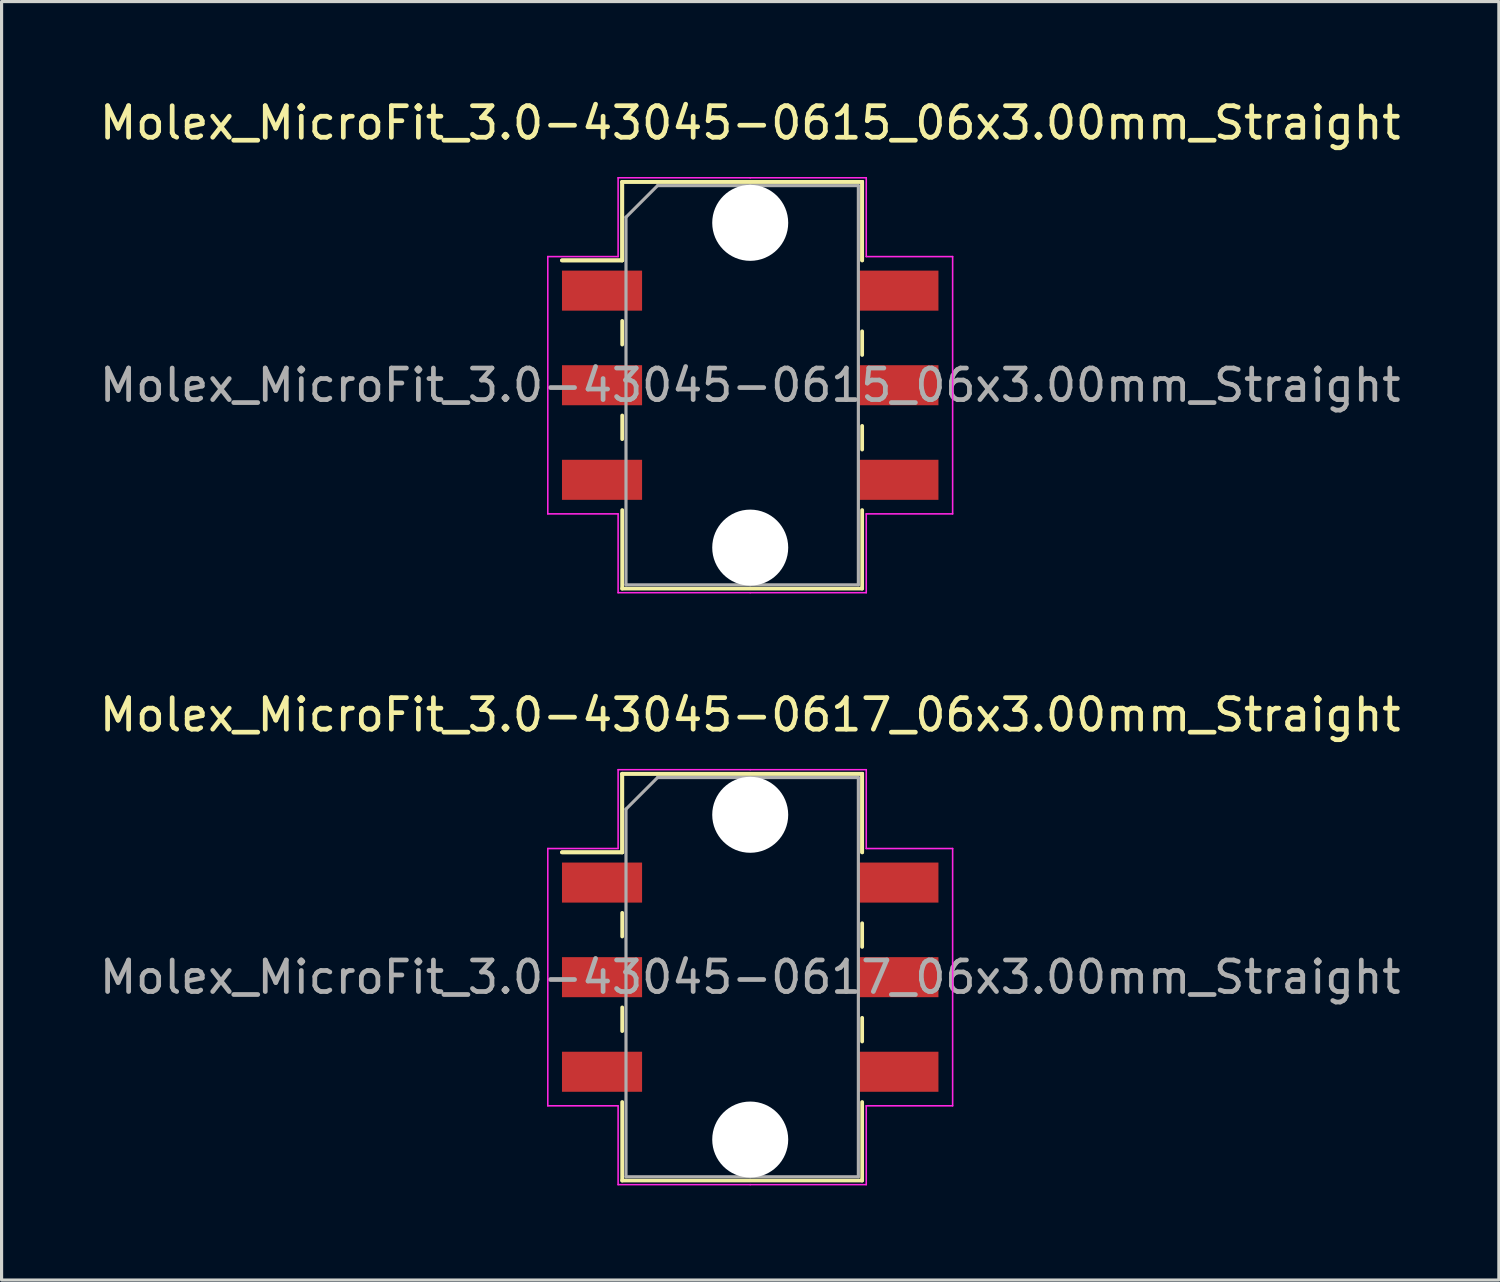
<source format=kicad_pcb>
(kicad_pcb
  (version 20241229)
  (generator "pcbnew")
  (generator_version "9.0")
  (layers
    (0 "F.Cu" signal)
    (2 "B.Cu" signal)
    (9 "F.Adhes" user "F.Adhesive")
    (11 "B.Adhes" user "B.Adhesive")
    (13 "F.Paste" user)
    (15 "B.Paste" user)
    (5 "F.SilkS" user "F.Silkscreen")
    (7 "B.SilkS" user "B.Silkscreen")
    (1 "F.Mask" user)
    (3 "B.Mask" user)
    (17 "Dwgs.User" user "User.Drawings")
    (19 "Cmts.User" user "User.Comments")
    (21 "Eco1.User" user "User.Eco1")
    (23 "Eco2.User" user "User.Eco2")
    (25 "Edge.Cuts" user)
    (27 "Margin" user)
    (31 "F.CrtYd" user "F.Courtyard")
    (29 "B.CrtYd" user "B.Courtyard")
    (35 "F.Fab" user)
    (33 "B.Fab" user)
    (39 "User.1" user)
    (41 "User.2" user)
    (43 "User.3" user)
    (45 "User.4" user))
  (footprint "Molex_MicroFit_3.0-43045-0615_06x3.00mm_Straight"
    (layer "F.Cu")
    (at 20.744 9.168)
    (property "Reference" "Molex_MicroFit_3.0-43045-0615_06x3.00mm_Straight" (at 0 -8.32 0) (layer "F.SilkS") (effects (font (size 1 1) (thickness 0.15))))
    (attr smd)
    (fp_line (start -5.97 -3.96) (end -4.06 -3.96) (stroke (width 0.12) (type solid)) (layer "F.SilkS"))
    (fp_line (start -5.97 -3.96) (end -4.06 -3.96) (stroke (width 0.12) (type solid)) (layer "F.SilkS"))
    (fp_line (start -4.06 -6.45) (end 3.55 -6.45) (stroke (width 0.12) (type solid)) (layer "F.SilkS"))
    (fp_line (start -4.06 -6.45) (end 3.55 -6.45) (stroke (width 0.12) (type solid)) (layer "F.SilkS"))
    (fp_line (start -4.06 -3.96) (end -4.06 -6.45) (stroke (width 0.12) (type solid)) (layer "F.SilkS"))
    (fp_line (start -4.06 -3.96) (end -4.06 -6.45) (stroke (width 0.12) (type solid)) (layer "F.SilkS"))
    (fp_line (start -4.06 -2.04) (end -4.06 -1.29) (stroke (width 0.12) (type solid)) (layer "F.SilkS"))
    (fp_line (start -4.06 0.96) (end -4.06 1.71) (stroke (width 0.12) (type solid)) (layer "F.SilkS"))
    (fp_line (start -4.06 6.45) (end -4.06 3.96) (stroke (width 0.12) (type solid)) (layer "F.SilkS"))
    (fp_line (start 3.55 -6.45) (end 3.55 -3.96) (stroke (width 0.12) (type solid)) (layer "F.SilkS"))
    (fp_line (start 3.55 -6.45) (end 3.55 -3.96) (stroke (width 0.12) (type solid)) (layer "F.SilkS"))
    (fp_line (start 3.55 -0.96) (end 3.55 -1.71) (stroke (width 0.12) (type solid)) (layer "F.SilkS"))
    (fp_line (start 3.55 2.04) (end 3.55 1.29) (stroke (width 0.12) (type solid)) (layer "F.SilkS"))
    (fp_line (start 3.55 3.96) (end 3.55 6.45) (stroke (width 0.12) (type solid)) (layer "F.SilkS"))
    (fp_line (start 3.55 6.45) (end -4.06 6.45) (stroke (width 0.12) (type solid)) (layer "F.SilkS"))
    (fp_line (start -6.42 -4.08) (end -4.19 -4.08) (stroke (width 0.05) (type solid)) (layer "F.CrtYd"))
    (fp_line (start -6.42 4.08) (end -6.42 -4.08) (stroke (width 0.05) (type solid)) (layer "F.CrtYd"))
    (fp_line (start -4.19 -6.58) (end 0 -6.58) (stroke (width 0.05) (type solid)) (layer "F.CrtYd"))
    (fp_line (start -4.19 -4.08) (end -4.19 -6.58) (stroke (width 0.05) (type solid)) (layer "F.CrtYd"))
    (fp_line (start -4.19 4.08) (end -6.42 4.08) (stroke (width 0.05) (type solid)) (layer "F.CrtYd"))
    (fp_line (start -4.19 6.58) (end -4.19 4.08) (stroke (width 0.05) (type solid)) (layer "F.CrtYd"))
    (fp_line (start 0 -6.58) (end 3.68 -6.58) (stroke (width 0.05) (type solid)) (layer "F.CrtYd"))
    (fp_line (start 0 6.58) (end -4.19 6.58) (stroke (width 0.05) (type solid)) (layer "F.CrtYd"))
    (fp_line (start 3.68 -6.58) (end 3.68 -4.08) (stroke (width 0.05) (type solid)) (layer "F.CrtYd"))
    (fp_line (start 3.68 -4.08) (end 6.42 -4.08) (stroke (width 0.05) (type solid)) (layer "F.CrtYd"))
    (fp_line (start 3.68 4.08) (end 3.68 6.58) (stroke (width 0.05) (type solid)) (layer "F.CrtYd"))
    (fp_line (start 3.68 6.58) (end 0 6.58) (stroke (width 0.05) (type solid)) (layer "F.CrtYd"))
    (fp_line (start 6.42 -4.08) (end 6.42 4.08) (stroke (width 0.05) (type solid)) (layer "F.CrtYd"))
    (fp_line (start 6.42 4.08) (end 3.68 4.08) (stroke (width 0.05) (type solid)) (layer "F.CrtYd"))
    (fp_line (start -3.94 -5.33) (end -2.94 -6.33) (stroke (width 0.1) (type solid)) (layer "F.Fab"))
    (fp_line (start -3.94 6.33) (end -3.94 -5.33) (stroke (width 0.1) (type solid)) (layer "F.Fab"))
    (fp_line (start -2.94 -6.33) (end 0 -6.33) (stroke (width 0.1) (type solid)) (layer "F.Fab"))
    (fp_line (start 0 -6.33) (end 3.43 -6.33) (stroke (width 0.1) (type solid)) (layer "F.Fab"))
    (fp_line (start 0 6.33) (end -3.94 6.33) (stroke (width 0.1) (type solid)) (layer "F.Fab"))
    (fp_line (start 3.43 -6.33) (end 3.43 6.33) (stroke (width 0.1) (type solid)) (layer "F.Fab"))
    (fp_line (start 3.43 6.33) (end 0 6.33) (stroke (width 0.1) (type solid)) (layer "F.Fab"))
    (fp_text user "${REFERENCE}" (at 0 0 0) (layer "F.Fab") (effects (font (size 1 1) (thickness 0.15))))
    (pad "" np_thru_hole circle (at 0 -5.15) (size 2.41 2.41) (drill 2.41) (layers "*.Cu"))
    (pad "" np_thru_hole circle (at 0 5.15) (size 2.41 2.41) (drill 2.41) (layers "*.Cu"))
    (pad "1" smd rect (at -4.7 -3) (size 2.54 1.27) (layers "F.Cu" "F.Mask" "F.Paste"))
    (pad "2" smd rect (at -4.7 0) (size 2.54 1.27) (layers "F.Cu" "F.Mask" "F.Paste"))
    (pad "3" smd rect (at -4.7 3) (size 2.54 1.27) (layers "F.Cu" "F.Mask" "F.Paste"))
    (pad "4" smd rect (at 4.7 3) (size 2.54 1.27) (layers "F.Cu" "F.Mask" "F.Paste"))
    (pad "5" smd rect (at 4.7 0) (size 2.54 1.27) (layers "F.Cu" "F.Mask" "F.Paste"))
    (pad "6" smd rect (at 4.7 -3) (size 2.54 1.27) (layers "F.Cu" "F.Mask" "F.Paste")))
  (footprint "Molex_MicroFit_3.0-43045-0617_06x3.00mm_Straight"
    (layer "F.Cu")
    (at 20.744 27.942)
    (property "Reference" "Molex_MicroFit_3.0-43045-0617_06x3.00mm_Straight" (at 0 -8.32 0) (layer "F.SilkS") (effects (font (size 1 1) (thickness 0.15))))
    (attr smd)
    (fp_line (start -5.97 -3.96) (end -4.06 -3.96) (stroke (width 0.12) (type solid)) (layer "F.SilkS"))
    (fp_line (start -5.97 -3.96) (end -4.06 -3.96) (stroke (width 0.12) (type solid)) (layer "F.SilkS"))
    (fp_line (start -4.06 -6.45) (end 3.55 -6.45) (stroke (width 0.12) (type solid)) (layer "F.SilkS"))
    (fp_line (start -4.06 -6.45) (end 3.55 -6.45) (stroke (width 0.12) (type solid)) (layer "F.SilkS"))
    (fp_line (start -4.06 -3.96) (end -4.06 -6.45) (stroke (width 0.12) (type solid)) (layer "F.SilkS"))
    (fp_line (start -4.06 -3.96) (end -4.06 -6.45) (stroke (width 0.12) (type solid)) (layer "F.SilkS"))
    (fp_line (start -4.06 -2.04) (end -4.06 -1.29) (stroke (width 0.12) (type solid)) (layer "F.SilkS"))
    (fp_line (start -4.06 0.96) (end -4.06 1.71) (stroke (width 0.12) (type solid)) (layer "F.SilkS"))
    (fp_line (start -4.06 6.45) (end -4.06 3.96) (stroke (width 0.12) (type solid)) (layer "F.SilkS"))
    (fp_line (start 3.55 -6.45) (end 3.55 -3.96) (stroke (width 0.12) (type solid)) (layer "F.SilkS"))
    (fp_line (start 3.55 -6.45) (end 3.55 -3.96) (stroke (width 0.12) (type solid)) (layer "F.SilkS"))
    (fp_line (start 3.55 -0.96) (end 3.55 -1.71) (stroke (width 0.12) (type solid)) (layer "F.SilkS"))
    (fp_line (start 3.55 2.04) (end 3.55 1.29) (stroke (width 0.12) (type solid)) (layer "F.SilkS"))
    (fp_line (start 3.55 3.96) (end 3.55 6.45) (stroke (width 0.12) (type solid)) (layer "F.SilkS"))
    (fp_line (start 3.55 6.45) (end -4.06 6.45) (stroke (width 0.12) (type solid)) (layer "F.SilkS"))
    (fp_line (start -6.42 -4.08) (end -4.19 -4.08) (stroke (width 0.05) (type solid)) (layer "F.CrtYd"))
    (fp_line (start -6.42 4.08) (end -6.42 -4.08) (stroke (width 0.05) (type solid)) (layer "F.CrtYd"))
    (fp_line (start -4.19 -6.58) (end 0 -6.58) (stroke (width 0.05) (type solid)) (layer "F.CrtYd"))
    (fp_line (start -4.19 -4.08) (end -4.19 -6.58) (stroke (width 0.05) (type solid)) (layer "F.CrtYd"))
    (fp_line (start -4.19 4.08) (end -6.42 4.08) (stroke (width 0.05) (type solid)) (layer "F.CrtYd"))
    (fp_line (start -4.19 6.58) (end -4.19 4.08) (stroke (width 0.05) (type solid)) (layer "F.CrtYd"))
    (fp_line (start 0 -6.58) (end 3.68 -6.58) (stroke (width 0.05) (type solid)) (layer "F.CrtYd"))
    (fp_line (start 0 6.58) (end -4.19 6.58) (stroke (width 0.05) (type solid)) (layer "F.CrtYd"))
    (fp_line (start 3.68 -6.58) (end 3.68 -4.08) (stroke (width 0.05) (type solid)) (layer "F.CrtYd"))
    (fp_line (start 3.68 -4.08) (end 6.42 -4.08) (stroke (width 0.05) (type solid)) (layer "F.CrtYd"))
    (fp_line (start 3.68 4.08) (end 3.68 6.58) (stroke (width 0.05) (type solid)) (layer "F.CrtYd"))
    (fp_line (start 3.68 6.58) (end 0 6.58) (stroke (width 0.05) (type solid)) (layer "F.CrtYd"))
    (fp_line (start 6.42 -4.08) (end 6.42 4.08) (stroke (width 0.05) (type solid)) (layer "F.CrtYd"))
    (fp_line (start 6.42 4.08) (end 3.68 4.08) (stroke (width 0.05) (type solid)) (layer "F.CrtYd"))
    (fp_line (start -3.94 -5.33) (end -2.94 -6.33) (stroke (width 0.1) (type solid)) (layer "F.Fab"))
    (fp_line (start -3.94 6.33) (end -3.94 -5.33) (stroke (width 0.1) (type solid)) (layer "F.Fab"))
    (fp_line (start -2.94 -6.33) (end 0 -6.33) (stroke (width 0.1) (type solid)) (layer "F.Fab"))
    (fp_line (start 0 -6.33) (end 3.43 -6.33) (stroke (width 0.1) (type solid)) (layer "F.Fab"))
    (fp_line (start 0 6.33) (end -3.94 6.33) (stroke (width 0.1) (type solid)) (layer "F.Fab"))
    (fp_line (start 3.43 -6.33) (end 3.43 6.33) (stroke (width 0.1) (type solid)) (layer "F.Fab"))
    (fp_line (start 3.43 6.33) (end 0 6.33) (stroke (width 0.1) (type solid)) (layer "F.Fab"))
    (fp_text user "${REFERENCE}" (at 0 0 0) (layer "F.Fab") (effects (font (size 1 1) (thickness 0.15))))
    (pad "" np_thru_hole circle (at 0 -5.15) (size 2.41 2.41) (drill 2.41) (layers "*.Cu"))
    (pad "" np_thru_hole circle (at 0 5.15) (size 2.41 2.41) (drill 2.41) (layers "*.Cu"))
    (pad "1" smd rect (at -4.7 -3) (size 2.54 1.27) (layers "F.Cu" "F.Mask" "F.Paste"))
    (pad "2" smd rect (at -4.7 0) (size 2.54 1.27) (layers "F.Cu" "F.Mask" "F.Paste"))
    (pad "3" smd rect (at -4.7 3) (size 2.54 1.27) (layers "F.Cu" "F.Mask" "F.Paste"))
    (pad "4" smd rect (at 4.7 3) (size 2.54 1.27) (layers "F.Cu" "F.Mask" "F.Paste"))
    (pad "5" smd rect (at 4.7 0) (size 2.54 1.27) (layers "F.Cu" "F.Mask" "F.Paste"))
    (pad "6" smd rect (at 4.7 -3) (size 2.54 1.27) (layers "F.Cu" "F.Mask" "F.Paste")))
  (gr_rect
    (start -3 -3)
    (end 44.488 37.547)
    (stroke (width 0.1) (type default))
    (fill no)
    (layer "Edge.Cuts")))
</source>
